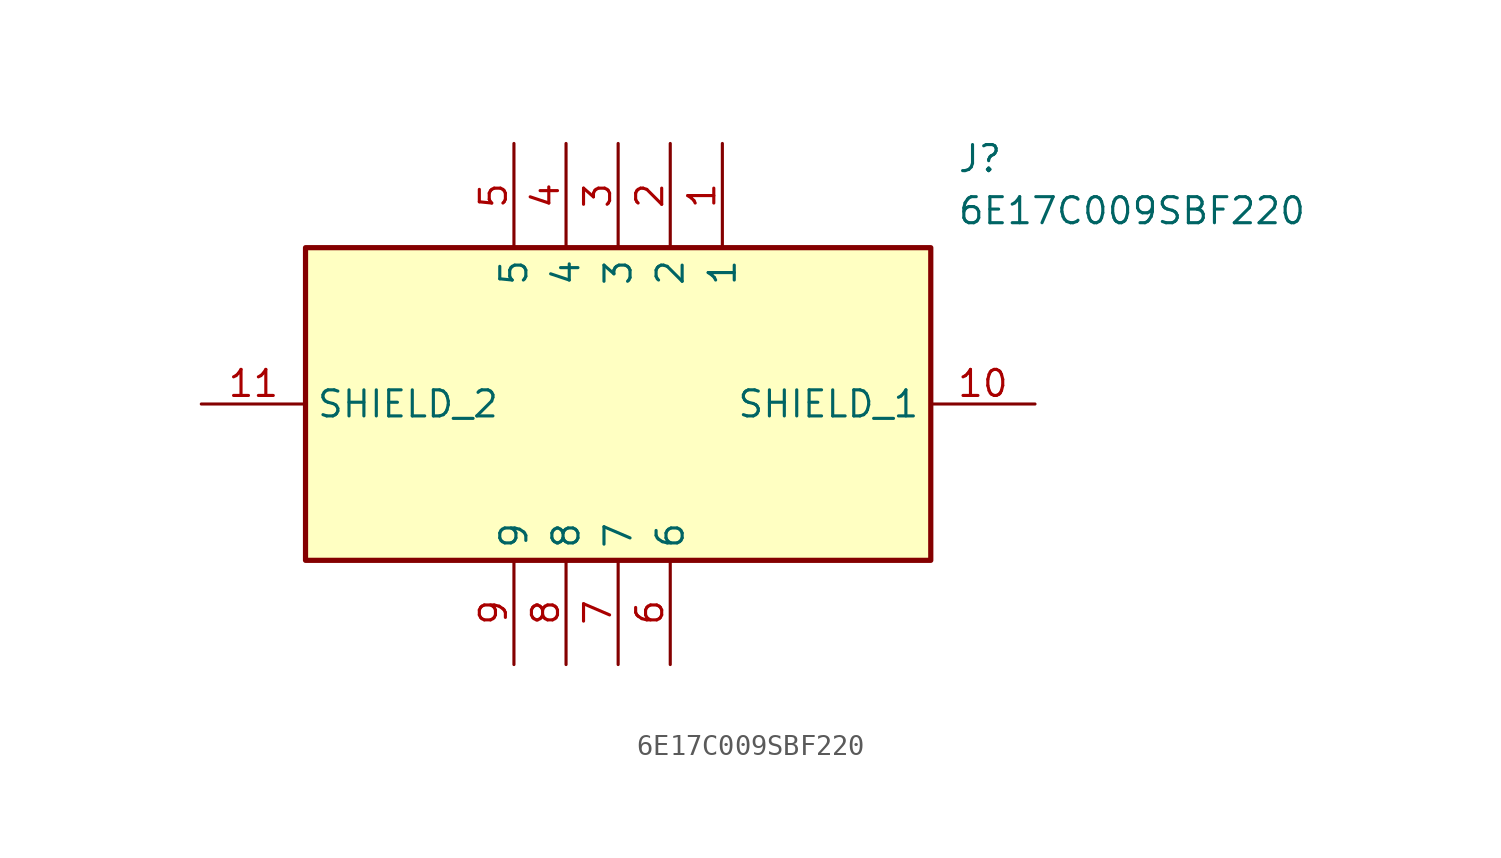
<source format=kicad_sym>
(kicad_symbol_lib
  (version 20211014)
  (generator SamacSys_ECAD_Model)
  (symbol "6E17C009SBF220"
    (property "Reference" "J"
      (at 36.83 12.7 0)
      (effects (font (size 1.27 1.27)) (justify left top)))
    (property "Value" "6E17C009SBF220"
      (at 36.83 10.16 0)
      (effects (font (size 1.27 1.27)) (justify left top)))
    (rectangle
      (start 5.08 7.62)
      (end 35.56 -7.62)
      (stroke (width 0.254) (type default))
      (fill (type background)))
    (pin passive line
      (at 25.4 12.7 270)
      (length 5.08)
      (name "1" (effects (font (size 1.27 1.27))))
      (number "1" (effects (font (size 1.27 1.27)))))
    (pin passive line
      (at 22.86 12.7 270)
      (length 5.08)
      (name "2" (effects (font (size 1.27 1.27))))
      (number "2" (effects (font (size 1.27 1.27)))))
    (pin passive line
      (at 20.32 12.7 270)
      (length 5.08)
      (name "3" (effects (font (size 1.27 1.27))))
      (number "3" (effects (font (size 1.27 1.27)))))
    (pin passive line
      (at 17.78 12.7 270)
      (length 5.08)
      (name "4" (effects (font (size 1.27 1.27))))
      (number "4" (effects (font (size 1.27 1.27)))))
    (pin passive line
      (at 15.24 12.7 270)
      (length 5.08)
      (name "5" (effects (font (size 1.27 1.27))))
      (number "5" (effects (font (size 1.27 1.27)))))
    (pin passive line
      (at 22.86 -12.7 90)
      (length 5.08)
      (name "6" (effects (font (size 1.27 1.27))))
      (number "6" (effects (font (size 1.27 1.27)))))
    (pin passive line
      (at 20.32 -12.7 90)
      (length 5.08)
      (name "7" (effects (font (size 1.27 1.27))))
      (number "7" (effects (font (size 1.27 1.27)))))
    (pin passive line
      (at 17.78 -12.7 90)
      (length 5.08)
      (name "8" (effects (font (size 1.27 1.27))))
      (number "8" (effects (font (size 1.27 1.27)))))
    (pin passive line
      (at 15.24 -12.7 90)
      (length 5.08)
      (name "9" (effects (font (size 1.27 1.27))))
      (number "9" (effects (font (size 1.27 1.27)))))
    (pin passive line
      (at 40.64 0 180)
      (length 5.08)
      (name "SHIELD_1" (effects (font (size 1.27 1.27))))
      (number "10" (effects (font (size 1.27 1.27)))))
    (pin passive line
      (at 0 0 0)
      (length 5.08)
      (name "SHIELD_2" (effects (font (size 1.27 1.27))))
      (number "11" (effects (font (size 1.27 1.27)))))))
</source>
